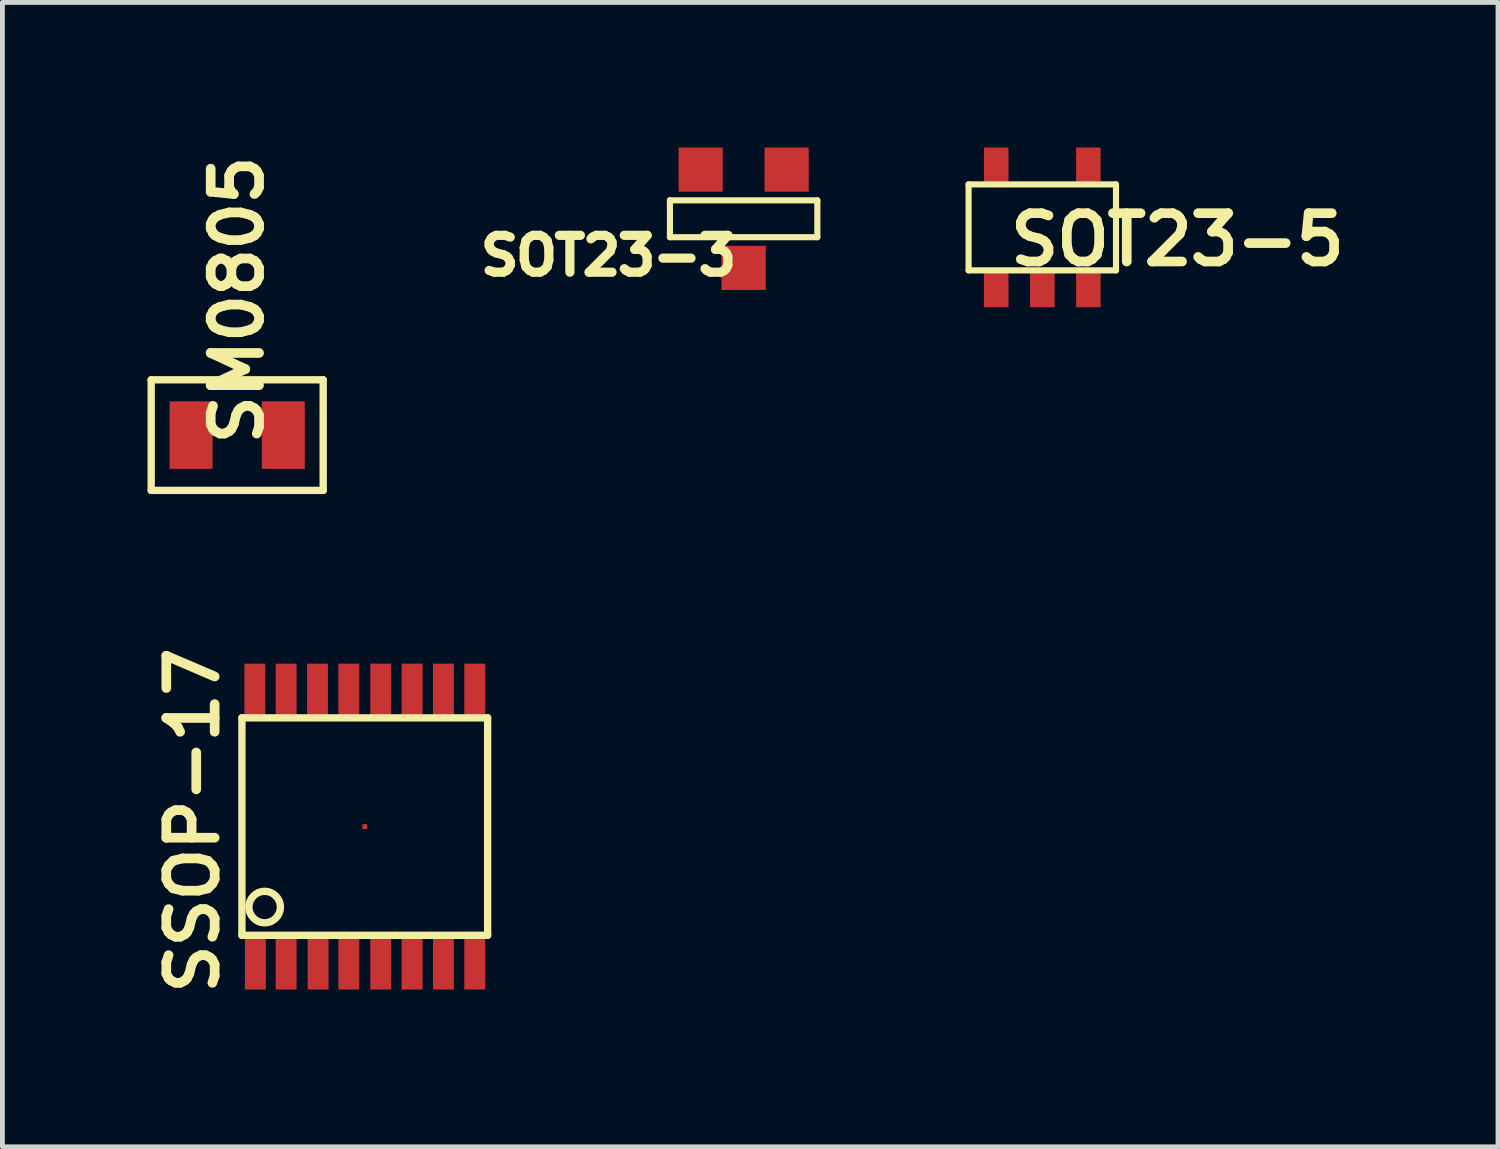
<source format=kicad_pcb>
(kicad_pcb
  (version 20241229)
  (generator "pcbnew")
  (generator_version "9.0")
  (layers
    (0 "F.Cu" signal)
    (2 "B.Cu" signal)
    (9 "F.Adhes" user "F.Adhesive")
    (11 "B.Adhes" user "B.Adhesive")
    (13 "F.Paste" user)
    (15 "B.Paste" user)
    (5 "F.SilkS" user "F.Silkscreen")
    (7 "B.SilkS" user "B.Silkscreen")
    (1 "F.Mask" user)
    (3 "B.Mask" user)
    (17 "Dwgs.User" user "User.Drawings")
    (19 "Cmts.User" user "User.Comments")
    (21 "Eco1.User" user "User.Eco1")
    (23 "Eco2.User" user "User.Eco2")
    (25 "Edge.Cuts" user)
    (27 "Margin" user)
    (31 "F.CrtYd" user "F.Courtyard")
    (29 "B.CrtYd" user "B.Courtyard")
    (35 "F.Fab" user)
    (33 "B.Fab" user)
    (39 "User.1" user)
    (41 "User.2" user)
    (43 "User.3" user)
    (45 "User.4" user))
  (footprint "SOT23-3"
    (placed yes)
    (layer "F.Cu")
    (at 12.325 1.473)
    (property "Reference" "SOT23-3" (at -2.794 0.762 0) (layer "F.SilkS") (effects (font (size 0.762 0.762) (thickness 0.191))))
    (attr smd)
    (fp_line (start -1.524 -0.381) (end 1.524 -0.381) (stroke (width 0.127) (type solid)) (layer "F.SilkS"))
    (fp_line (start -1.524 0.381) (end -1.524 -0.381) (stroke (width 0.127) (type solid)) (layer "F.SilkS"))
    (fp_line (start 1.524 -0.381) (end 1.524 0.381) (stroke (width 0.127) (type solid)) (layer "F.SilkS"))
    (fp_line (start 1.524 0.381) (end -1.524 0.381) (stroke (width 0.127) (type solid)) (layer "F.SilkS"))
    (pad "1" smd rect (at 0.889 -1.016) (size 0.914 0.914) (layers "F.Cu" "F.Mask" "F.Paste"))
    (pad "2" smd rect (at -0.889 -1.016) (size 0.914 0.914) (layers "F.Cu" "F.Mask" "F.Paste"))
    (pad "3" smd rect (at 0 1.016) (size 0.914 0.914) (layers "F.Cu" "F.Mask" "F.Paste")))
  (footprint "SSOP-17"
    (layer "F.Cu")
    (at 4.492 14.04)
    (property "Reference" "SSOP-17" (at -3.556 -0.127 270) (layer "F.SilkS") (effects (font (size 1 1) (thickness 0.2))))
    (attr smd)
    (fp_line (start -2.54 -2.248) (end -2.54 2.248) (stroke (width 0.152) (type solid)) (layer "F.SilkS"))
    (fp_line (start -2.54 2.248) (end 2.54 2.248) (stroke (width 0.152) (type solid)) (layer "F.SilkS"))
    (fp_line (start 2.54 -2.248) (end -2.54 -2.248) (stroke (width 0.152) (type solid)) (layer "F.SilkS"))
    (fp_line (start 2.54 2.248) (end 2.54 -2.248) (stroke (width 0.152) (type solid)) (layer "F.SilkS"))
    (fp_circle (center -2.07 1.664) (end -2.273 1.918) (stroke (width 0.152) (type solid)) (fill no) (layer "F.SilkS"))
    (pad "1" smd rect (at -2.261 2.794) (size 0.432 1.151) (layers "F.Cu" "F.Mask" "F.Paste"))
    (pad "2" smd rect (at -1.626 2.794) (size 0.432 1.151) (layers "F.Cu" "F.Mask" "F.Paste"))
    (pad "3" smd rect (at -0.965 2.794) (size 0.432 1.151) (layers "F.Cu" "F.Mask" "F.Paste"))
    (pad "4" smd rect (at -0.33 2.794) (size 0.432 1.151) (layers "F.Cu" "F.Mask" "F.Paste"))
    (pad "5" smd rect (at 0 0) (size 0.1 0.1) (layers "F.Cu" "F.Mask" "F.Paste"))
    (pad "5" smd rect (at 0.33 2.794) (size 0.432 1.151) (layers "F.Cu" "F.Mask" "F.Paste"))
    (pad "6" smd rect (at 0.978 2.794) (size 0.432 1.151) (layers "F.Cu" "F.Mask" "F.Paste"))
    (pad "7" smd rect (at 1.626 2.794) (size 0.432 1.151) (layers "F.Cu" "F.Mask" "F.Paste"))
    (pad "8" smd rect (at 2.273 2.794) (size 0.432 1.151) (layers "F.Cu" "F.Mask" "F.Paste"))
    (pad "9" smd rect (at 2.273 -2.794) (size 0.432 1.151) (layers "F.Cu" "F.Mask" "F.Paste"))
    (pad "10" smd rect (at 1.626 -2.794) (size 0.432 1.151) (layers "F.Cu" "F.Mask" "F.Paste"))
    (pad "11" smd rect (at 0.978 -2.794) (size 0.432 1.151) (layers "F.Cu" "F.Mask" "F.Paste"))
    (pad "12" smd rect (at 0.33 -2.794) (size 0.432 1.151) (layers "F.Cu" "F.Mask" "F.Paste"))
    (pad "13" smd rect (at -0.33 -2.794) (size 0.432 1.151) (layers "F.Cu" "F.Mask" "F.Paste"))
    (pad "14" smd rect (at -0.978 -2.794) (size 0.432 1.151) (layers "F.Cu" "F.Mask" "F.Paste"))
    (pad "15" smd rect (at -1.626 -2.794) (size 0.432 1.151) (layers "F.Cu" "F.Mask" "F.Paste"))
    (pad "16" smd rect (at -2.273 -2.794) (size 0.432 1.151) (layers "F.Cu" "F.Mask" "F.Paste")))
  (footprint "SOT23-5"
    (placed yes)
    (layer "F.Cu")
    (at 18.5 1.651)
    (property "Reference" "SOT23-5" (at 2.794 0.254 180) (layer "F.SilkS") (effects (font (size 1 1) (thickness 0.2))))
    (attr smd)
    (fp_line (start -1.524 -0.889) (end 1.524 -0.889) (stroke (width 0.127) (type solid)) (layer "F.SilkS"))
    (fp_line (start -1.524 0.889) (end -1.524 -0.889) (stroke (width 0.127) (type solid)) (layer "F.SilkS"))
    (fp_line (start 1.524 -0.889) (end 1.524 0.889) (stroke (width 0.127) (type solid)) (layer "F.SilkS"))
    (fp_line (start 1.524 0.889) (end -1.524 0.889) (stroke (width 0.127) (type solid)) (layer "F.SilkS"))
    (pad "1" smd rect (at -0.953 1.27) (size 0.508 0.762) (layers "F.Cu" "F.Mask" "F.Paste"))
    (pad "2" smd rect (at 0 1.27) (size 0.508 0.762) (layers "F.Cu" "F.Mask" "F.Paste"))
    (pad "3" smd rect (at 0.953 1.27) (size 0.508 0.762) (layers "F.Cu" "F.Mask" "F.Paste"))
    (pad "4" smd rect (at 0.953 -1.27) (size 0.508 0.762) (layers "F.Cu" "F.Mask" "F.Paste"))
    (pad "5" smd rect (at -0.953 -1.27) (size 0.508 0.762) (layers "F.Cu" "F.Mask" "F.Paste")))
  (footprint "SM0805"
    (layer "F.Cu")
    (at 1.854 5.946)
    (property "Reference" "SM0805" (at 0 -2.794 90) (layer "F.SilkS") (effects (font (size 1 1) (thickness 0.2))))
    (attr smd)
    (fp_line (start -1.778 -1.143) (end 1.778 -1.143) (stroke (width 0.152) (type solid)) (layer "F.SilkS"))
    (fp_line (start -1.778 1.143) (end -1.778 -1.143) (stroke (width 0.152) (type solid)) (layer "F.SilkS"))
    (fp_line (start 1.778 -1.143) (end 1.778 1.143) (stroke (width 0.152) (type solid)) (layer "F.SilkS"))
    (fp_line (start 1.778 1.143) (end -1.778 1.143) (stroke (width 0.152) (type solid)) (layer "F.SilkS"))
    (pad "1" smd rect (at -0.953 0) (size 0.889 1.397) (layers "F.Cu" "F.Mask" "F.Paste"))
    (pad "2" smd rect (at 0.953 0) (size 0.889 1.397) (layers "F.Cu" "F.Mask" "F.Paste")))
  (gr_rect
    (start -3 -3)
    (end 27.922 20.661)
    (stroke (width 0.1) (type default))
    (fill no)
    (layer "Edge.Cuts")))
</source>
